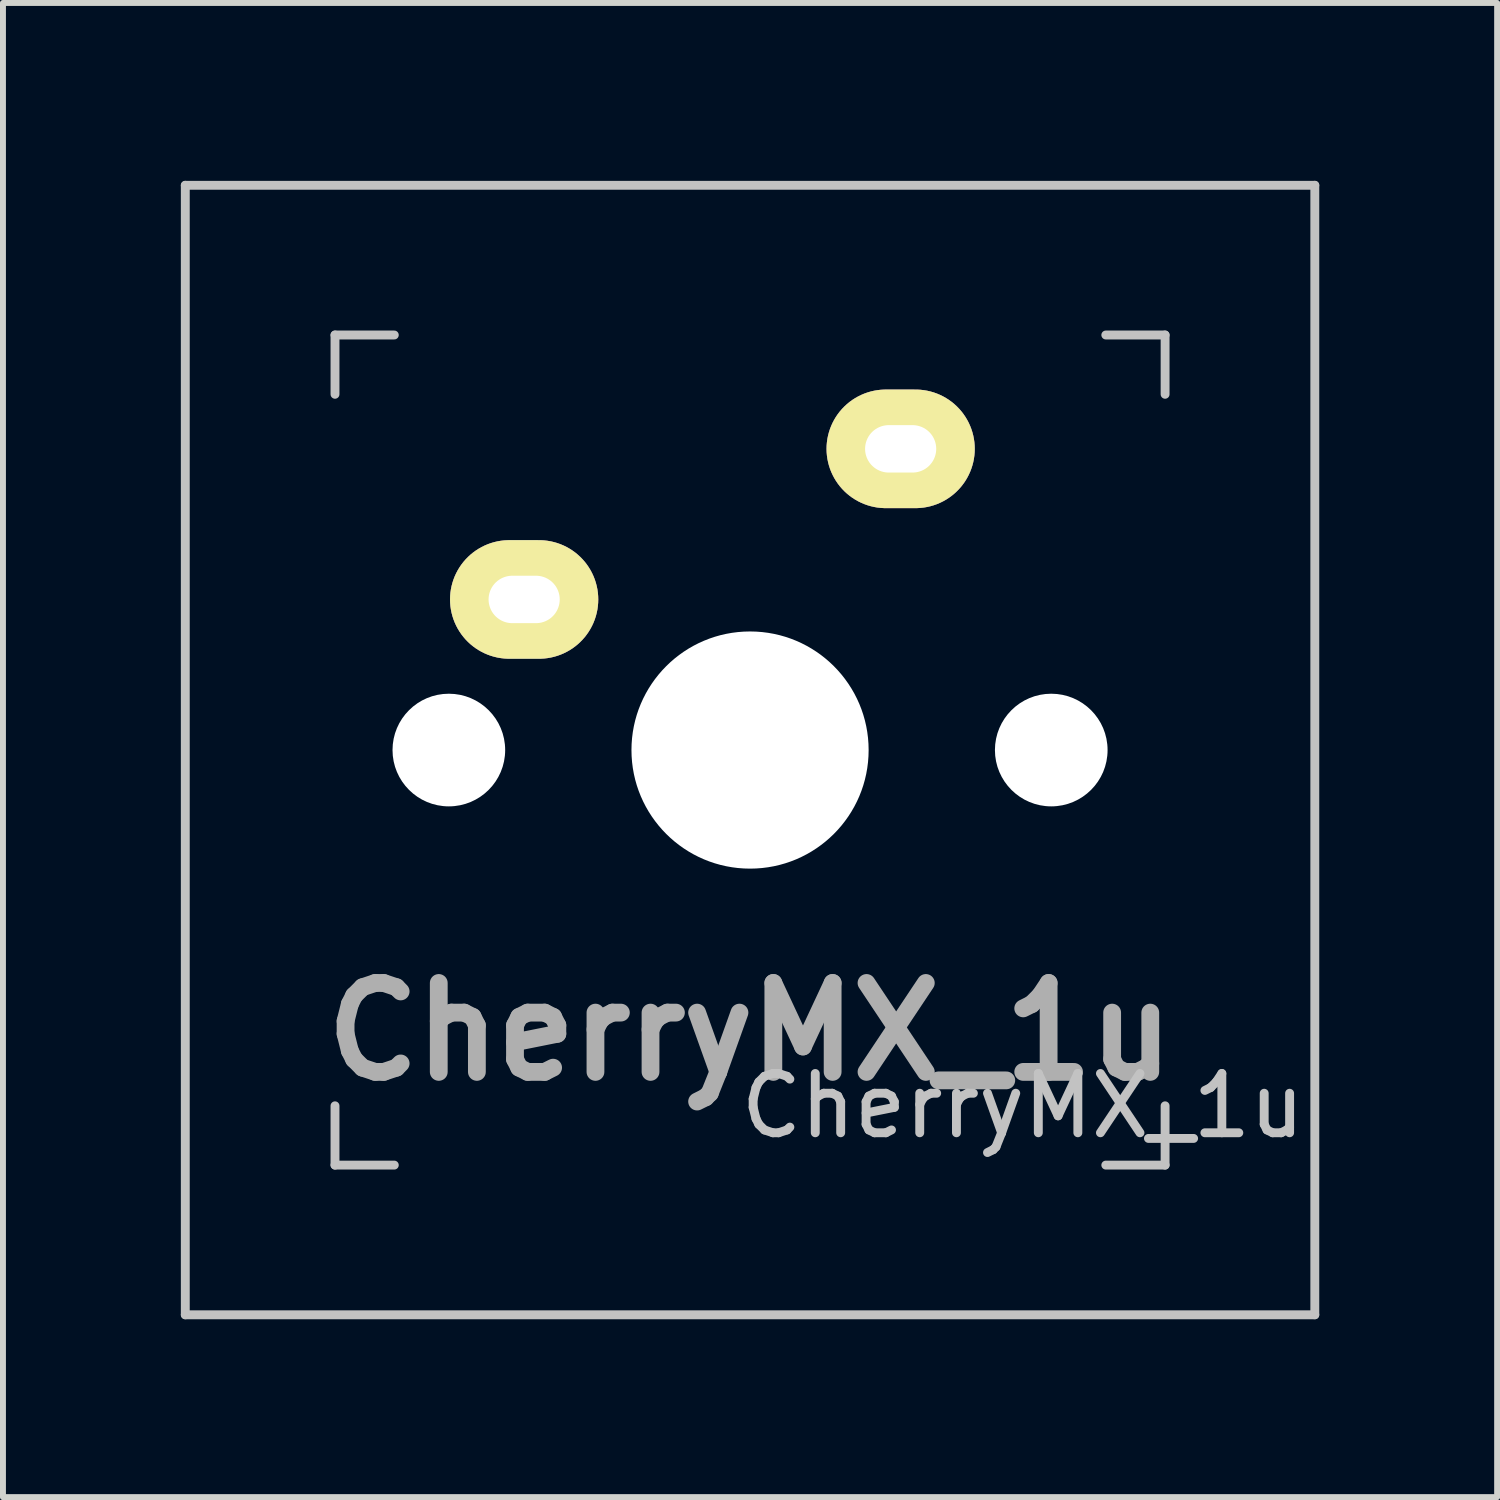
<source format=kicad_pcb>
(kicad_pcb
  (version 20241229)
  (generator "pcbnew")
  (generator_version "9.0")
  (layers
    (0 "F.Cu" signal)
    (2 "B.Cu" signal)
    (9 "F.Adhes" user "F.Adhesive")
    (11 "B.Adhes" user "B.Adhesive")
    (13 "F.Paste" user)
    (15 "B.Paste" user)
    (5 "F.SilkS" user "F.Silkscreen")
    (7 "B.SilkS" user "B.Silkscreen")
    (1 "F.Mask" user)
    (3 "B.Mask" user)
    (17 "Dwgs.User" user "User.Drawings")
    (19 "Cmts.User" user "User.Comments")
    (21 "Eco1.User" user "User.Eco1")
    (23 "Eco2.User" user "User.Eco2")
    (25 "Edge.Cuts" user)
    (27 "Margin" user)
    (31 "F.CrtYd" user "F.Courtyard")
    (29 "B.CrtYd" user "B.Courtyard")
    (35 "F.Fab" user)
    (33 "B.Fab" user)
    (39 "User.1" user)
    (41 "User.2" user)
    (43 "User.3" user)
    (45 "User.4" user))
  (footprint "CherryMX_1u"
    (layer "F.Cu")
    (at 9.6 9.6)
    (property "Reference" "CherryMX_1u" (at 4.6 6 180) (layer "Dwgs.User") (effects (font (size 1 1) (thickness 0.15))))
    (attr through_hole)
    (fp_line (start -9.525 -9.525) (end 9.525 -9.525) (stroke (width 0.15) (type solid)) (layer "Dwgs.User"))
    (fp_line (start -9.525 9.525) (end -9.525 -9.525) (stroke (width 0.15) (type solid)) (layer "Dwgs.User"))
    (fp_line (start -7 -7) (end -6 -7) (stroke (width 0.15) (type solid)) (layer "Dwgs.User"))
    (fp_line (start -7 -6) (end -7 -7) (stroke (width 0.15) (type solid)) (layer "Dwgs.User"))
    (fp_line (start -7 6) (end -7 7) (stroke (width 0.15) (type solid)) (layer "Dwgs.User"))
    (fp_line (start -6 7) (end -7 7) (stroke (width 0.15) (type solid)) (layer "Dwgs.User"))
    (fp_line (start 6 7) (end 7 7) (stroke (width 0.15) (type solid)) (layer "Dwgs.User"))
    (fp_line (start 7 -7) (end 6 -7) (stroke (width 0.15) (type solid)) (layer "Dwgs.User"))
    (fp_line (start 7 -6) (end 7 -7) (stroke (width 0.15) (type solid)) (layer "Dwgs.User"))
    (fp_line (start 7 7) (end 7 6) (stroke (width 0.15) (type solid)) (layer "Dwgs.User"))
    (fp_line (start 9.525 -9.525) (end 9.525 9.525) (stroke (width 0.15) (type solid)) (layer "Dwgs.User"))
    (fp_line (start 9.525 9.525) (end -9.525 9.525) (stroke (width 0.15) (type solid)) (layer "Dwgs.User"))
    (fp_text user "${REFERENCE}" (at 0 4.75 0) (unlocked yes) (layer "F.Fab") (effects (font (size 1.5 1.5) (thickness 0.3))))
    (pad "" np_thru_hole circle (at -5.08 0 90) (size 1.9 1.9) (drill 1.9) (layers "*.Cu" "*.Mask"))
    (pad "" np_thru_hole circle (at 0 0 90) (size 4 4) (drill 4) (layers "*.Cu" "*.Mask"))
    (pad "" np_thru_hole circle (at 5.08 0 90) (size 1.9 1.9) (drill 1.9) (layers "*.Cu" "*.Mask"))
    (pad "1" thru_hole oval (at -3.81 -2.54) (size 2.5 2) (drill oval 1.2 0.8) (layers "*.Cu" "B.Mask" "F.SilkS"))
    (pad "2" thru_hole oval (at 2.54 -5.08) (size 2.5 2) (drill oval 1.2 0.8) (layers "*.Cu" "B.Mask" "F.SilkS")))
  (gr_rect
    (start -3 -3)
    (end 22.2 22.2)
    (stroke (width 0.1) (type default))
    (fill no)
    (layer "Edge.Cuts")))
</source>
